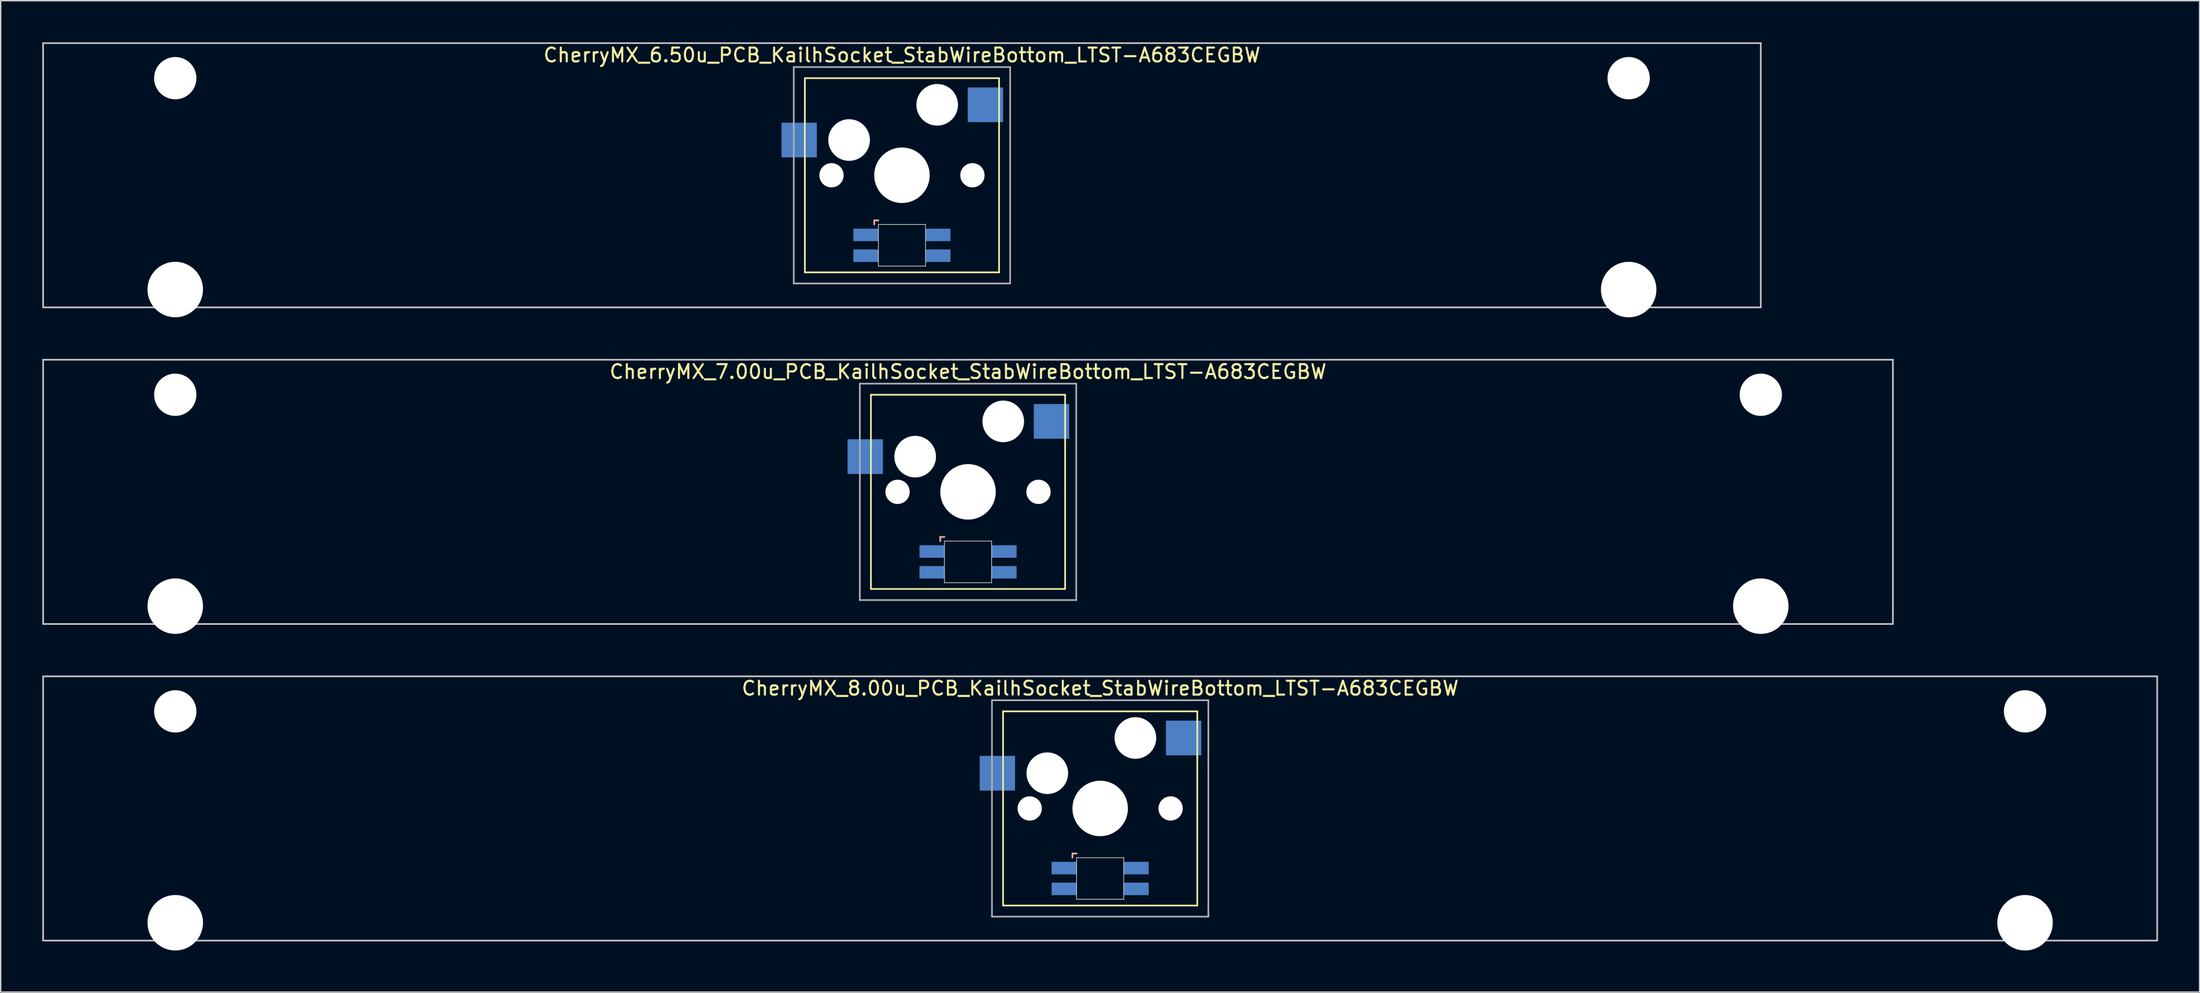
<source format=kicad_pcb>
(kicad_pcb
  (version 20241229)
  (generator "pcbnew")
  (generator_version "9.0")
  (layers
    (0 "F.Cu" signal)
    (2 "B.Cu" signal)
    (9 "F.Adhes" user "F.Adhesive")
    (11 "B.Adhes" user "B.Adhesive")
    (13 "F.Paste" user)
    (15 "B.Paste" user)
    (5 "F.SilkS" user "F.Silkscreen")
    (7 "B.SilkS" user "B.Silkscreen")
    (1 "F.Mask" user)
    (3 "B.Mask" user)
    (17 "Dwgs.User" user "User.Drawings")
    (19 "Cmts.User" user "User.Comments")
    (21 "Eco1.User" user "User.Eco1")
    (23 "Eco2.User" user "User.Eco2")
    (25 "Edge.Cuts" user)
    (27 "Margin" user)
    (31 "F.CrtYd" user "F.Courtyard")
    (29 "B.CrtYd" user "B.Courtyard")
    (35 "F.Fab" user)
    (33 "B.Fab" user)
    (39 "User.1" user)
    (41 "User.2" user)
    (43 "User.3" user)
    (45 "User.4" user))
  (footprint "CherryMX_8.00u_PCB_KailhSocket_StabWireBottom_LTST-A683CEGBW"
    (layer "F.Cu")
    (at 76.26 55.235)
    (property "Reference" "CherryMX_8.00u_PCB_KailhSocket_StabWireBottom_LTST-A683CEGBW" (at 0 -8.662 0) (layer "F.SilkS") (effects (font (size 1 1) (thickness 0.15))))
    (attr through_hole)
    (fp_line (start -7 -7) (end -7 7) (stroke (width 0.12) (type solid)) (layer "F.SilkS"))
    (fp_line (start -7 -7) (end 7 -7) (stroke (width 0.12) (type solid)) (layer "F.SilkS"))
    (fp_line (start 7 -7) (end 7 7) (stroke (width 0.12) (type solid)) (layer "F.SilkS"))
    (fp_line (start 7 7) (end -7 7) (stroke (width 0.12) (type solid)) (layer "F.SilkS"))
    (fp_line (start -2 3.25) (end -2 3.55) (stroke (width 0.12) (type solid)) (layer "B.SilkS"))
    (fp_line (start -1.7 3.25) (end -2 3.25) (stroke (width 0.12) (type solid)) (layer "B.SilkS"))
    (fp_line (start -76.2 -9.525) (end 76.2 -9.525) (stroke (width 0.12) (type solid)) (layer "Dwgs.User"))
    (fp_line (start -76.2 9.525) (end -76.2 -9.525) (stroke (width 0.12) (type solid)) (layer "Dwgs.User"))
    (fp_line (start 76.2 -9.525) (end 76.2 9.525) (stroke (width 0.12) (type solid)) (layer "Dwgs.User"))
    (fp_line (start 76.2 9.525) (end -76.2 9.525) (stroke (width 0.12) (type solid)) (layer "Dwgs.User"))
    (fp_line (start -1.7 3.55) (end 1.7 3.55) (stroke (width 0.05) (type solid)) (layer "Edge.Cuts"))
    (fp_line (start -1.7 6.55) (end -1.7 3.55) (stroke (width 0.05) (type solid)) (layer "Edge.Cuts"))
    (fp_line (start 1.7 3.55) (end 1.7 6.55) (stroke (width 0.05) (type solid)) (layer "Edge.Cuts"))
    (fp_line (start 1.7 6.55) (end -1.7 6.55) (stroke (width 0.05) (type solid)) (layer "Edge.Cuts"))
    (fp_line (start -7.8 -7.8) (end -7.8 7.8) (stroke (width 0.12) (type solid)) (layer "F.Fab"))
    (fp_line (start -7.8 -7.8) (end 7.8 -7.8) (stroke (width 0.12) (type solid)) (layer "F.Fab"))
    (fp_line (start -7.8 7.8) (end 7.8 7.8) (stroke (width 0.12) (type solid)) (layer "F.Fab"))
    (fp_line (start 7.8 -7.8) (end 7.8 7.8) (stroke (width 0.12) (type solid)) (layer "F.Fab"))
    (pad "" np_thru_hole circle (at -66.675 -7) (size 3.05 3.05) (drill 3.05) (layers "*.Cu" "*.Mask"))
    (pad "" np_thru_hole circle (at -66.675 8.24) (size 4 4) (drill 4) (layers "*.Cu" "*.Mask"))
    (pad "" np_thru_hole circle (at -5.08 0) (size 1.75 1.75) (drill 1.75) (layers "*.Cu" "*.Mask"))
    (pad "" np_thru_hole circle (at -3.81 -2.54) (size 3 3) (drill 3) (layers "*.Cu" "*.Mask"))
    (pad "" np_thru_hole circle (at 0 0) (size 4 4) (drill 4) (layers "*.Cu" "*.Mask"))
    (pad "" np_thru_hole circle (at 2.54 -5.08) (size 3 3) (drill 3) (layers "*.Cu" "*.Mask"))
    (pad "" np_thru_hole circle (at 5.08 0) (size 1.75 1.75) (drill 1.75) (layers "*.Cu" "*.Mask"))
    (pad "" np_thru_hole circle (at 66.675 -7) (size 3.05 3.05) (drill 3.05) (layers "*.Cu" "*.Mask"))
    (pad "" np_thru_hole circle (at 66.675 8.24) (size 4 4) (drill 4) (layers "*.Cu" "*.Mask"))
    (pad "1" smd rect (at -7.41 -2.54) (size 2.55 2.5) (layers "B.Cu" "B.Mask" "B.Paste"))
    (pad "2" smd rect (at 6.015 -5.08) (size 2.55 2.5) (layers "B.Cu" "B.Mask" "B.Paste"))
    (pad "3" smd rect (at -2.6 4.3) (size 1.8 0.9) (layers "B.Cu" "B.Mask" "B.Paste"))
    (pad "4" smd rect (at -2.6 5.8) (size 1.8 0.9) (layers "B.Cu" "B.Mask" "B.Paste"))
    (pad "5" smd rect (at 2.6 4.3) (size 1.8 0.9) (layers "B.Cu" "B.Mask" "B.Paste"))
    (pad "6" smd rect (at 2.6 5.8) (size 1.8 0.9) (layers "B.Cu" "B.Mask" "B.Paste")))
  (footprint "CherryMX_6.50u_PCB_KailhSocket_StabWireBottom_LTST-A683CEGBW"
    (layer "F.Cu")
    (at 61.972 9.585)
    (property "Reference" "CherryMX_6.50u_PCB_KailhSocket_StabWireBottom_LTST-A683CEGBW" (at 0 -8.662 0) (layer "F.SilkS") (effects (font (size 1 1) (thickness 0.15))))
    (attr through_hole)
    (fp_line (start -7 -7) (end -7 7) (stroke (width 0.12) (type solid)) (layer "F.SilkS"))
    (fp_line (start -7 -7) (end 7 -7) (stroke (width 0.12) (type solid)) (layer "F.SilkS"))
    (fp_line (start 7 -7) (end 7 7) (stroke (width 0.12) (type solid)) (layer "F.SilkS"))
    (fp_line (start 7 7) (end -7 7) (stroke (width 0.12) (type solid)) (layer "F.SilkS"))
    (fp_line (start -2 3.25) (end -2 3.55) (stroke (width 0.12) (type solid)) (layer "B.SilkS"))
    (fp_line (start -1.7 3.25) (end -2 3.25) (stroke (width 0.12) (type solid)) (layer "B.SilkS"))
    (fp_line (start -61.913 -9.525) (end 61.913 -9.525) (stroke (width 0.12) (type solid)) (layer "Dwgs.User"))
    (fp_line (start -61.913 9.525) (end -61.913 -9.525) (stroke (width 0.12) (type solid)) (layer "Dwgs.User"))
    (fp_line (start 61.913 -9.525) (end 61.913 9.525) (stroke (width 0.12) (type solid)) (layer "Dwgs.User"))
    (fp_line (start 61.913 9.525) (end -61.913 9.525) (stroke (width 0.12) (type solid)) (layer "Dwgs.User"))
    (fp_line (start -1.7 3.55) (end 1.7 3.55) (stroke (width 0.05) (type solid)) (layer "Edge.Cuts"))
    (fp_line (start -1.7 6.55) (end -1.7 3.55) (stroke (width 0.05) (type solid)) (layer "Edge.Cuts"))
    (fp_line (start 1.7 3.55) (end 1.7 6.55) (stroke (width 0.05) (type solid)) (layer "Edge.Cuts"))
    (fp_line (start 1.7 6.55) (end -1.7 6.55) (stroke (width 0.05) (type solid)) (layer "Edge.Cuts"))
    (fp_line (start -7.8 -7.8) (end -7.8 7.8) (stroke (width 0.12) (type solid)) (layer "F.Fab"))
    (fp_line (start -7.8 -7.8) (end 7.8 -7.8) (stroke (width 0.12) (type solid)) (layer "F.Fab"))
    (fp_line (start -7.8 7.8) (end 7.8 7.8) (stroke (width 0.12) (type solid)) (layer "F.Fab"))
    (fp_line (start 7.8 -7.8) (end 7.8 7.8) (stroke (width 0.12) (type solid)) (layer "F.Fab"))
    (pad "" np_thru_hole circle (at -52.388 -7) (size 3.05 3.05) (drill 3.05) (layers "*.Cu" "*.Mask"))
    (pad "" np_thru_hole circle (at -52.388 8.24) (size 4 4) (drill 4) (layers "*.Cu" "*.Mask"))
    (pad "" np_thru_hole circle (at -5.08 0) (size 1.75 1.75) (drill 1.75) (layers "*.Cu" "*.Mask"))
    (pad "" np_thru_hole circle (at -3.81 -2.54) (size 3 3) (drill 3) (layers "*.Cu" "*.Mask"))
    (pad "" np_thru_hole circle (at 0 0) (size 4 4) (drill 4) (layers "*.Cu" "*.Mask"))
    (pad "" np_thru_hole circle (at 2.54 -5.08) (size 3 3) (drill 3) (layers "*.Cu" "*.Mask"))
    (pad "" np_thru_hole circle (at 5.08 0) (size 1.75 1.75) (drill 1.75) (layers "*.Cu" "*.Mask"))
    (pad "" np_thru_hole circle (at 52.388 -7) (size 3.05 3.05) (drill 3.05) (layers "*.Cu" "*.Mask"))
    (pad "" np_thru_hole circle (at 52.388 8.24) (size 4 4) (drill 4) (layers "*.Cu" "*.Mask"))
    (pad "1" smd rect (at -7.41 -2.54) (size 2.55 2.5) (layers "B.Cu" "B.Mask" "B.Paste"))
    (pad "2" smd rect (at 6.015 -5.08) (size 2.55 2.5) (layers "B.Cu" "B.Mask" "B.Paste"))
    (pad "3" smd rect (at -2.6 4.3) (size 1.8 0.9) (layers "B.Cu" "B.Mask" "B.Paste"))
    (pad "4" smd rect (at -2.6 5.8) (size 1.8 0.9) (layers "B.Cu" "B.Mask" "B.Paste"))
    (pad "5" smd rect (at 2.6 4.3) (size 1.8 0.9) (layers "B.Cu" "B.Mask" "B.Paste"))
    (pad "6" smd rect (at 2.6 5.8) (size 1.8 0.9) (layers "B.Cu" "B.Mask" "B.Paste")))
  (footprint "CherryMX_7.00u_PCB_KailhSocket_StabWireBottom_LTST-A683CEGBW"
    (layer "F.Cu")
    (at 66.735 32.41)
    (property "Reference" "CherryMX_7.00u_PCB_KailhSocket_StabWireBottom_LTST-A683CEGBW" (at 0 -8.662 0) (layer "F.SilkS") (effects (font (size 1 1) (thickness 0.15))))
    (attr through_hole)
    (fp_line (start -7 -7) (end -7 7) (stroke (width 0.12) (type solid)) (layer "F.SilkS"))
    (fp_line (start -7 -7) (end 7 -7) (stroke (width 0.12) (type solid)) (layer "F.SilkS"))
    (fp_line (start 7 -7) (end 7 7) (stroke (width 0.12) (type solid)) (layer "F.SilkS"))
    (fp_line (start 7 7) (end -7 7) (stroke (width 0.12) (type solid)) (layer "F.SilkS"))
    (fp_line (start -2 3.25) (end -2 3.55) (stroke (width 0.12) (type solid)) (layer "B.SilkS"))
    (fp_line (start -1.7 3.25) (end -2 3.25) (stroke (width 0.12) (type solid)) (layer "B.SilkS"))
    (fp_line (start -66.675 -9.525) (end 66.675 -9.525) (stroke (width 0.12) (type solid)) (layer "Dwgs.User"))
    (fp_line (start -66.675 9.525) (end -66.675 -9.525) (stroke (width 0.12) (type solid)) (layer "Dwgs.User"))
    (fp_line (start 66.675 -9.525) (end 66.675 9.525) (stroke (width 0.12) (type solid)) (layer "Dwgs.User"))
    (fp_line (start 66.675 9.525) (end -66.675 9.525) (stroke (width 0.12) (type solid)) (layer "Dwgs.User"))
    (fp_line (start -1.7 3.55) (end 1.7 3.55) (stroke (width 0.05) (type solid)) (layer "Edge.Cuts"))
    (fp_line (start -1.7 6.55) (end -1.7 3.55) (stroke (width 0.05) (type solid)) (layer "Edge.Cuts"))
    (fp_line (start 1.7 3.55) (end 1.7 6.55) (stroke (width 0.05) (type solid)) (layer "Edge.Cuts"))
    (fp_line (start 1.7 6.55) (end -1.7 6.55) (stroke (width 0.05) (type solid)) (layer "Edge.Cuts"))
    (fp_line (start -7.8 -7.8) (end -7.8 7.8) (stroke (width 0.12) (type solid)) (layer "F.Fab"))
    (fp_line (start -7.8 -7.8) (end 7.8 -7.8) (stroke (width 0.12) (type solid)) (layer "F.Fab"))
    (fp_line (start -7.8 7.8) (end 7.8 7.8) (stroke (width 0.12) (type solid)) (layer "F.Fab"))
    (fp_line (start 7.8 -7.8) (end 7.8 7.8) (stroke (width 0.12) (type solid)) (layer "F.Fab"))
    (pad "" np_thru_hole circle (at -57.15 -7) (size 3.05 3.05) (drill 3.05) (layers "*.Cu" "*.Mask"))
    (pad "" np_thru_hole circle (at -57.15 8.24) (size 4 4) (drill 4) (layers "*.Cu" "*.Mask"))
    (pad "" np_thru_hole circle (at -5.08 0) (size 1.75 1.75) (drill 1.75) (layers "*.Cu" "*.Mask"))
    (pad "" np_thru_hole circle (at -3.81 -2.54) (size 3 3) (drill 3) (layers "*.Cu" "*.Mask"))
    (pad "" np_thru_hole circle (at 0 0) (size 4 4) (drill 4) (layers "*.Cu" "*.Mask"))
    (pad "" np_thru_hole circle (at 2.54 -5.08) (size 3 3) (drill 3) (layers "*.Cu" "*.Mask"))
    (pad "" np_thru_hole circle (at 5.08 0) (size 1.75 1.75) (drill 1.75) (layers "*.Cu" "*.Mask"))
    (pad "" np_thru_hole circle (at 57.15 -7) (size 3.05 3.05) (drill 3.05) (layers "*.Cu" "*.Mask"))
    (pad "" np_thru_hole circle (at 57.15 8.24) (size 4 4) (drill 4) (layers "*.Cu" "*.Mask"))
    (pad "1" smd rect (at -7.41 -2.54) (size 2.55 2.5) (layers "B.Cu" "B.Mask" "B.Paste"))
    (pad "2" smd rect (at 6.015 -5.08) (size 2.55 2.5) (layers "B.Cu" "B.Mask" "B.Paste"))
    (pad "3" smd rect (at -2.6 4.3) (size 1.8 0.9) (layers "B.Cu" "B.Mask" "B.Paste"))
    (pad "4" smd rect (at -2.6 5.8) (size 1.8 0.9) (layers "B.Cu" "B.Mask" "B.Paste"))
    (pad "5" smd rect (at 2.6 4.3) (size 1.8 0.9) (layers "B.Cu" "B.Mask" "B.Paste"))
    (pad "6" smd rect (at 2.6 5.8) (size 1.8 0.9) (layers "B.Cu" "B.Mask" "B.Paste")))
  (gr_rect
    (start -3 -3)
    (end 155.52 68.475)
    (stroke (width 0.1) (type default))
    (fill no)
    (layer "Edge.Cuts")))
</source>
